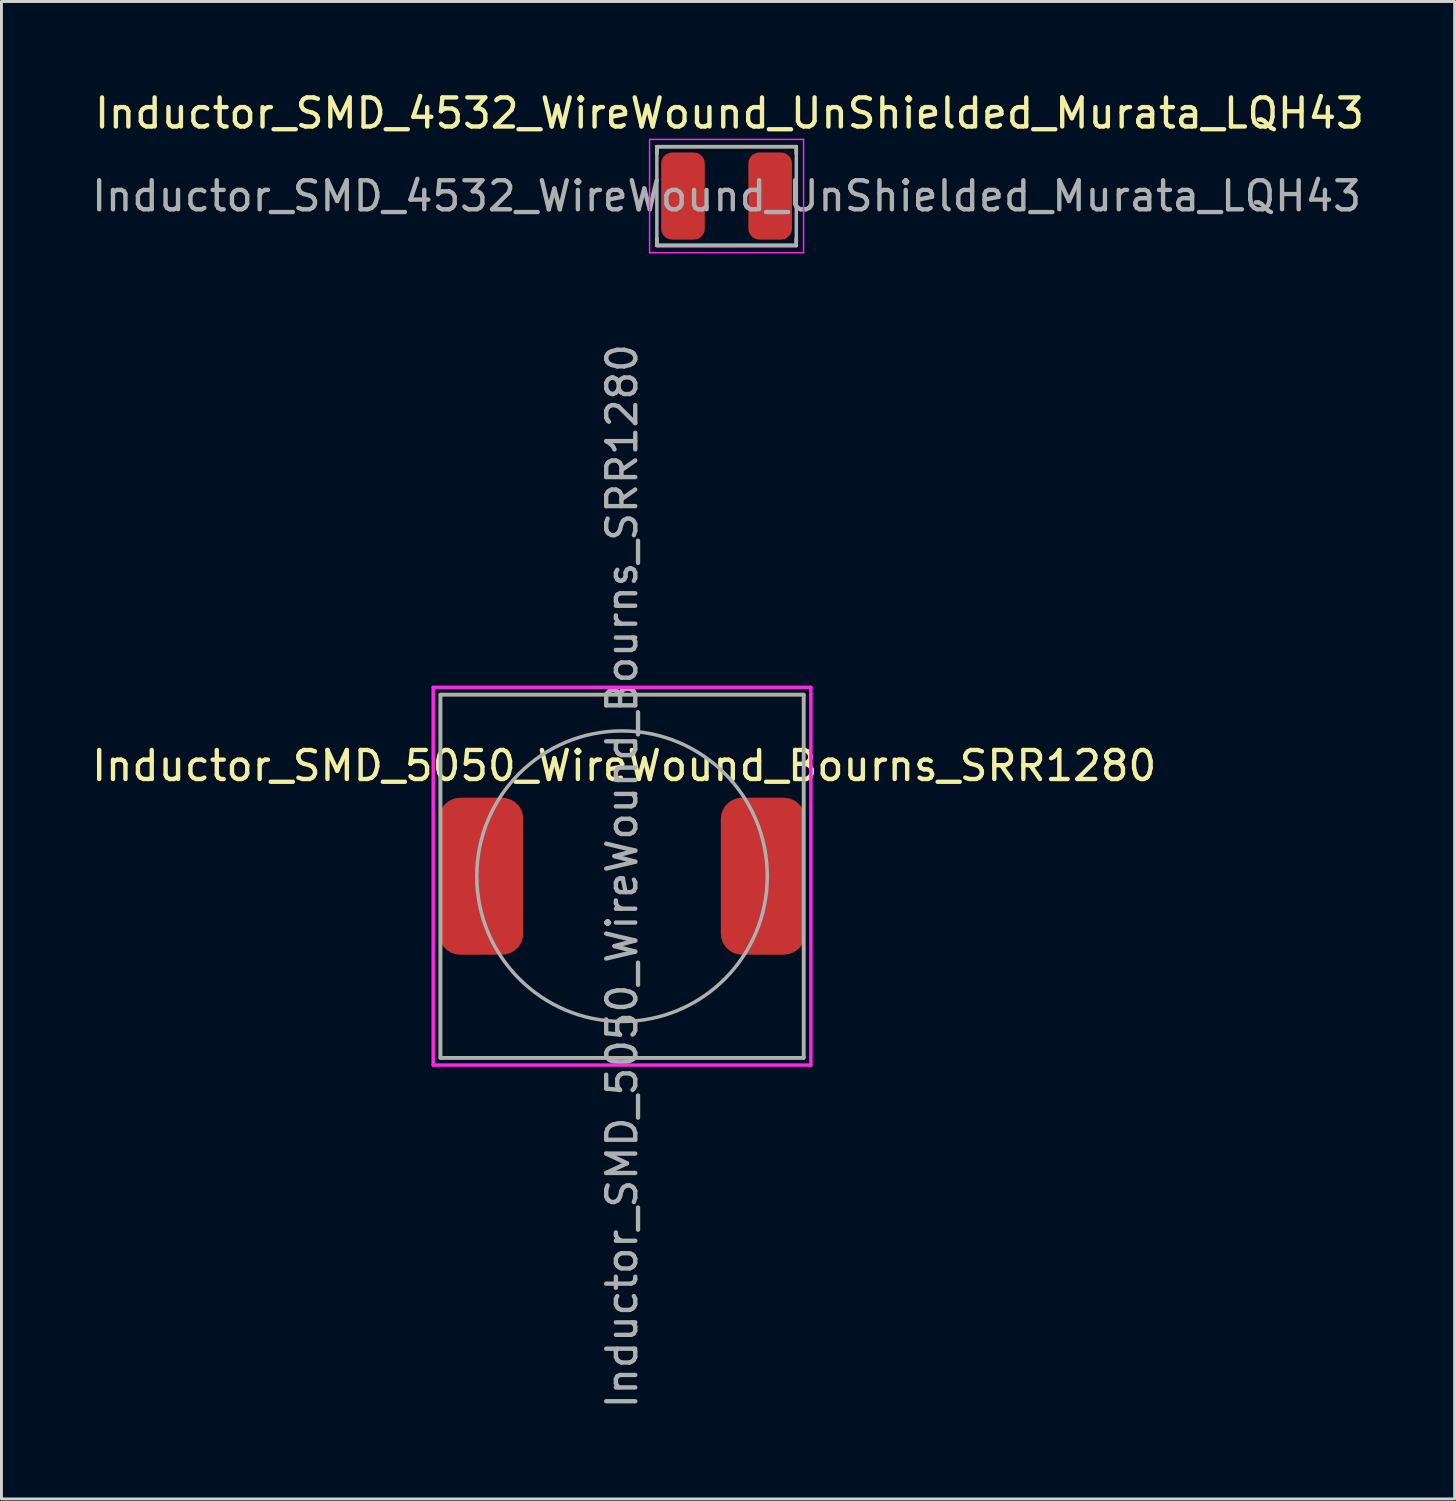
<source format=kicad_pcb>
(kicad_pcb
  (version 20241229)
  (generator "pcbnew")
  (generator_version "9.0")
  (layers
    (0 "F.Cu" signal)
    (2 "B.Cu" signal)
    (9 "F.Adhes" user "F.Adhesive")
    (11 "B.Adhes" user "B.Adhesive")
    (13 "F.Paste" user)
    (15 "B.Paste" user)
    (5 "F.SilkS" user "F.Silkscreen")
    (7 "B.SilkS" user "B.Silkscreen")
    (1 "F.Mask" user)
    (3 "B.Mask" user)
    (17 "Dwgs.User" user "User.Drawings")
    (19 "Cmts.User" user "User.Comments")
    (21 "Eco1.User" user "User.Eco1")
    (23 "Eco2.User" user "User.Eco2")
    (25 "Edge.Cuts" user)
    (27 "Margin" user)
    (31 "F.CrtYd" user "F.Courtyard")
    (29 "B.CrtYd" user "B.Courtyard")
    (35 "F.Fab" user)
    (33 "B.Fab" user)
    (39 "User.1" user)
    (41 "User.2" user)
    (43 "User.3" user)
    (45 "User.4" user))
  (footprint "Inductor_SMD_4532_WireWound_UnShielded_Murata_LQH43"
    (layer "F.Cu")
    (at 21.958 3.698)
    (property "Reference" "Inductor_SMD_4532_WireWound_UnShielded_Murata_LQH43" (at 0.1 -2.85 0) (unlocked yes) (layer "F.SilkS") (effects (font (size 1 1) (thickness 0.15))))
    (attr smd)
    (fp_line (start -2.4 -1.7) (end -2.4 -1.45) (stroke (width 0.12) (type solid)) (layer "F.SilkS"))
    (fp_line (start -2.4 1.7) (end -2.4 1.45) (stroke (width 0.12) (type solid)) (layer "F.SilkS"))
    (fp_line (start -2.4 1.7) (end 2.4 1.7) (stroke (width 0.12) (type solid)) (layer "F.SilkS"))
    (fp_line (start 2.4 -1.7) (end -2.4 -1.7) (stroke (width 0.12) (type solid)) (layer "F.SilkS"))
    (fp_line (start 2.4 -1.7) (end 2.4 -1.45) (stroke (width 0.12) (type solid)) (layer "F.SilkS"))
    (fp_line (start 2.4 1.7) (end 2.4 1.45) (stroke (width 0.12) (type solid)) (layer "F.SilkS"))
    (fp_line (start -2.65 1.95) (end -2.65 -1.95) (stroke (width 0.05) (type solid)) (layer "F.CrtYd"))
    (fp_line (start -2.65 1.95) (end 2.65 1.95) (stroke (width 0.05) (type solid)) (layer "F.CrtYd"))
    (fp_line (start 2.65 -1.95) (end -2.65 -1.95) (stroke (width 0.05) (type solid)) (layer "F.CrtYd"))
    (fp_line (start 2.65 -1.95) (end 2.65 1.95) (stroke (width 0.05) (type solid)) (layer "F.CrtYd"))
    (fp_line (start -2.4 -1.7) (end 2.388 -1.7) (stroke (width 0.12) (type solid)) (layer "F.Fab"))
    (fp_line (start -2.4 1.7) (end -2.4 -1.7) (stroke (width 0.12) (type solid)) (layer "F.Fab"))
    (fp_line (start 2.4 -1.7) (end 2.4 1.7) (stroke (width 0.12) (type solid)) (layer "F.Fab"))
    (fp_line (start 2.4 1.7) (end -2.388 1.7) (stroke (width 0.12) (type solid)) (layer "F.Fab"))
    (fp_line (start 2.4 1.7) (end -2.388 1.7) (stroke (width 0.12) (type solid)) (layer "F.Fab"))
    (fp_text user "${REFERENCE}" (at 0 0 180) (layer "F.Fab") (effects (font (size 1 1) (thickness 0.15))))
    (pad "1" smd roundrect (at -1.5 0) (size 1.5 3) (layers "F.Cu" "F.Mask" "F.Paste") (roundrect_rratio 0.25))
    (pad "2" smd roundrect (at 1.5 0) (size 1.5 3) (layers "F.Cu" "F.Mask" "F.Paste") (roundrect_rratio 0.25)))
  (footprint "Inductor_SMD_5050_WireWound_Bourns_SRR1280"
    (layer "F.Cu")
    (at 18.36 27.108)
    (property "Reference" "Inductor_SMD_5050_WireWound_Bourns_SRR1280" (at 0.075 -3.8 0) (unlocked yes) (layer "F.SilkS") (effects (font (size 1 1) (thickness 0.15))))
    (attr smd)
    (fp_line (start -6.25 -6.25) (end -6.25 6.25) (stroke (width 0.12) (type solid)) (layer "F.SilkS"))
    (fp_line (start -6.25 6.25) (end 6.25 6.25) (stroke (width 0.12) (type solid)) (layer "F.SilkS"))
    (fp_line (start 6.25 -6.25) (end -6.25 -6.25) (stroke (width 0.12) (type solid)) (layer "F.SilkS"))
    (fp_line (start 6.25 6.25) (end 6.25 -6.25) (stroke (width 0.12) (type solid)) (layer "F.SilkS"))
    (fp_line (start -6.5 -6.5) (end -6.5 6.5) (stroke (width 0.12) (type solid)) (layer "F.CrtYd"))
    (fp_line (start -6.5 6.5) (end 6.5 6.5) (stroke (width 0.12) (type solid)) (layer "F.CrtYd"))
    (fp_line (start 6.5 -6.5) (end -6.5 -6.5) (stroke (width 0.12) (type solid)) (layer "F.CrtYd"))
    (fp_line (start 6.5 6.5) (end 6.5 -6.5) (stroke (width 0.12) (type solid)) (layer "F.CrtYd"))
    (fp_line (start -6.25 -6.25) (end 6.25 -6.25) (stroke (width 0.12) (type solid)) (layer "F.Fab"))
    (fp_line (start -6.25 6.25) (end -6.25 -6.25) (stroke (width 0.12) (type solid)) (layer "F.Fab"))
    (fp_line (start 6.25 -6.25) (end 6.25 6.25) (stroke (width 0.12) (type solid)) (layer "F.Fab"))
    (fp_line (start 6.25 6.25) (end -6.25 6.25) (stroke (width 0.12) (type solid)) (layer "F.Fab"))
    (fp_circle (center 0 0) (end 5 0) (stroke (width 0.12) (type solid)) (fill no) (layer "F.Fab"))
    (fp_text user "${REFERENCE}" (at 0 0 90) (layer "F.Fab") (effects (font (size 1 1) (thickness 0.15))))
    (pad "1" smd roundrect (at -4.85 0 270) (size 5.4 2.9) (layers "F.Cu" "F.Mask" "F.Paste") (roundrect_rratio 0.25))
    (pad "2" smd roundrect (at 4.85 0 270) (size 5.4 2.9) (layers "F.Cu" "F.Mask" "F.Paste") (roundrect_rratio 0.25)))
  (gr_rect
    (start -3 -3)
    (end 47.017 48.542)
    (stroke (width 0.1) (type default))
    (fill no)
    (layer "Edge.Cuts")))
</source>
